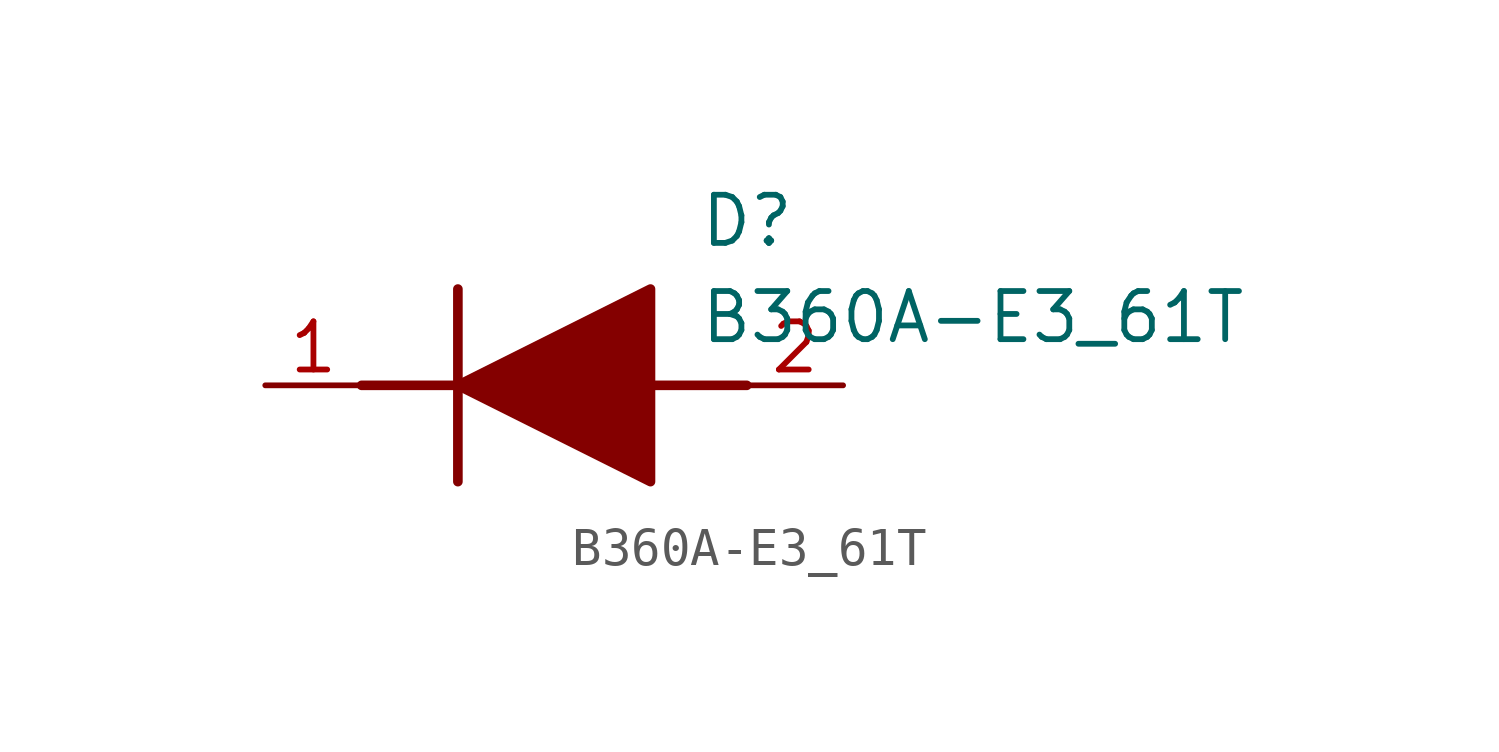
<source format=kicad_sym>
(kicad_symbol_lib
  (version 20211014)
  (generator SamacSys_ECAD_Model)
  (symbol "B360A-E3_61T"
    (pin_names hide)
    (property "Reference" "D"
      (at 11.43 5.08 0)
      (effects (font (size 1.27 1.27)) (justify left top)))
    (property "Value" "B360A-E3_61T"
      (at 11.43 2.54 0)
      (effects (font (size 1.27 1.27)) (justify left top)))
    (polyline
      (pts (xy 5.08 2.54) (xy 5.08 -2.54))
      (stroke (width 0.254) (type default))
      (fill (type none)))
    (polyline
      (pts (xy 2.54 0) (xy 5.08 0))
      (stroke (width 0.254) (type default))
      (fill (type none)))
    (polyline
      (pts (xy 10.16 0) (xy 12.7 0))
      (stroke (width 0.254) (type default))
      (fill (type none)))
    (polyline
      (pts (xy 5.08 0) (xy 10.16 2.54) (xy 10.16 -2.54) (xy 5.08 0))
      (stroke (width 0.254) (type default))
      (fill (type outline)))
    (pin passive line
      (at 0 0 0)
      (length 2.54)
      (name "K" (effects (font (size 1.27 1.27))))
      (number "1" (effects (font (size 1.27 1.27)))))
    (pin passive line
      (at 15.24 0 180)
      (length 2.54)
      (name "A" (effects (font (size 1.27 1.27))))
      (number "2" (effects (font (size 1.27 1.27)))))))
</source>
